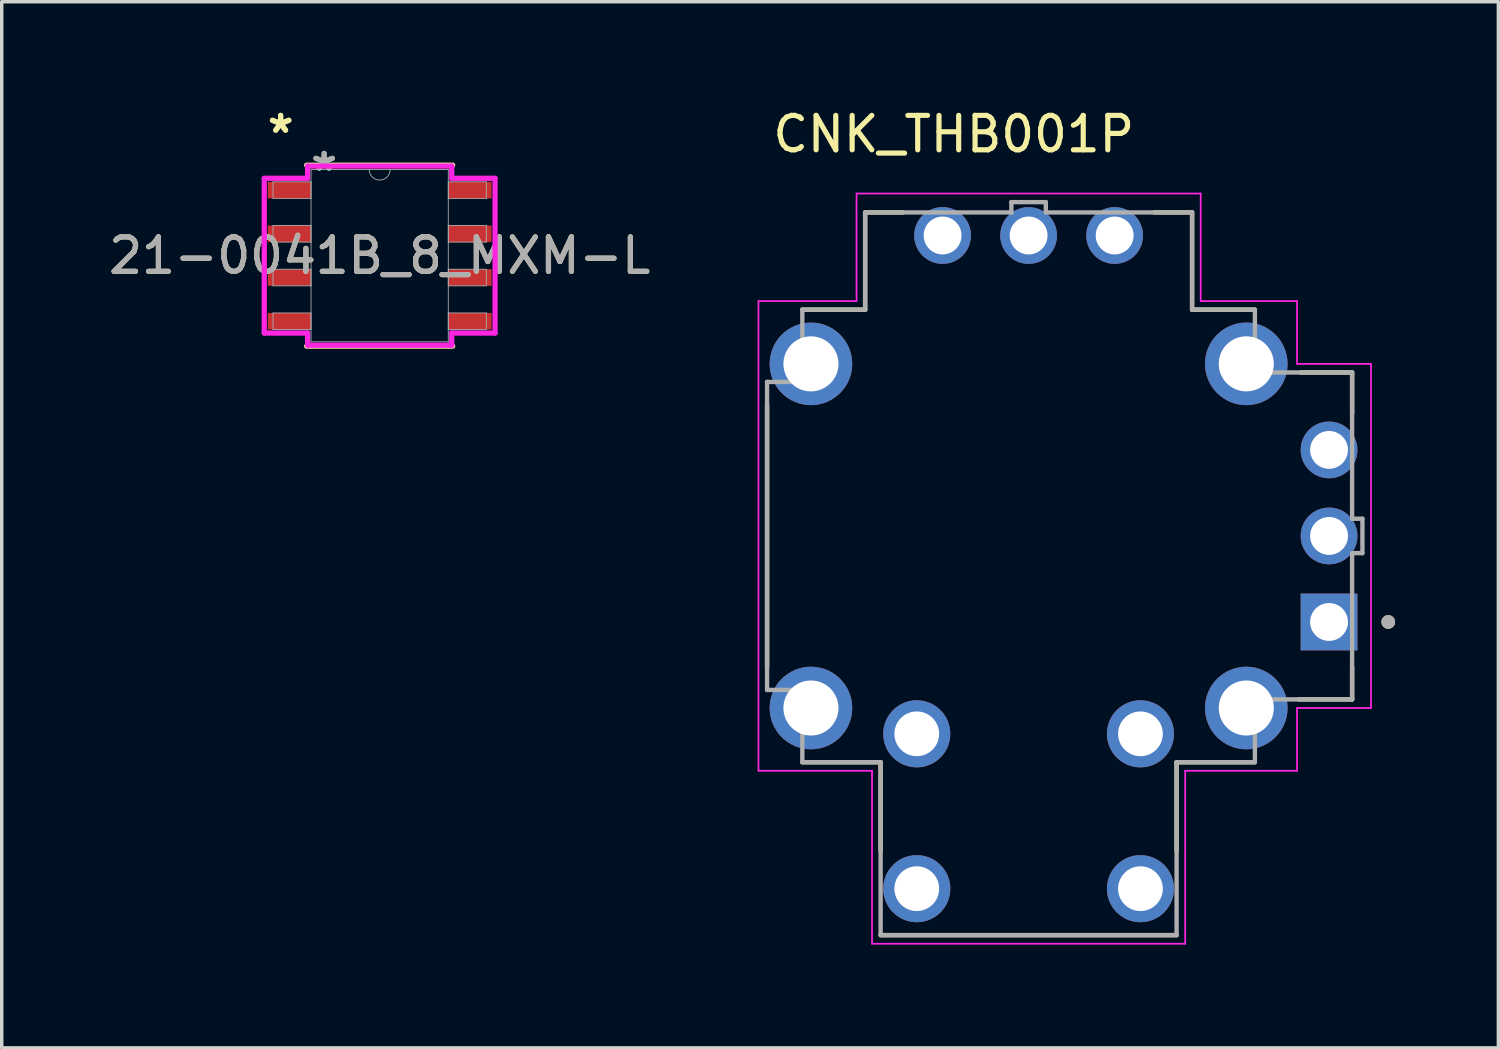
<source format=kicad_pcb>
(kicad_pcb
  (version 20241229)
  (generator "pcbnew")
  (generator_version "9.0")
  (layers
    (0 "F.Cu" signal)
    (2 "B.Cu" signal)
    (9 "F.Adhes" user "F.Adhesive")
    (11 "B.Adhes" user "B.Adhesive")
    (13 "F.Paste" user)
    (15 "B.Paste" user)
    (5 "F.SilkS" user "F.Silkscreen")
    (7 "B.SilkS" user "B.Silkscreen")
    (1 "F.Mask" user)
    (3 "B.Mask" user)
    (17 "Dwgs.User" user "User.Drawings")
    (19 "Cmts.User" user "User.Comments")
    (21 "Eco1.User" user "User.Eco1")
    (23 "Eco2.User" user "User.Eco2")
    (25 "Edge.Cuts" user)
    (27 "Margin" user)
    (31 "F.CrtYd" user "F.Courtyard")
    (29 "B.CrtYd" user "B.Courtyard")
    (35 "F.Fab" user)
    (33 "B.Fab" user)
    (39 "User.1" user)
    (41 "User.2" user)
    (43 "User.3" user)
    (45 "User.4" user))
  (footprint "21-0041B_8_MXM-L"
    (layer "F.Cu")
    (at 7.982 4.379)
    (property "Reference" "21-0041B_8_MXM-L" (at 0 0 0) (unlocked yes) (layer "F.SilkS") (effects (font (size 1 1) (thickness 0.15))))
    (attr smd)
    (fp_line (start -2.121 2.629) (end 2.121 2.629) (stroke (width 0.152) (type solid)) (layer "F.SilkS"))
    (fp_line (start 2.121 -2.629) (end -2.121 -2.629) (stroke (width 0.152) (type solid)) (layer "F.SilkS"))
    (fp_line (start -3.353 -2.248) (end -2.095 -2.248) (stroke (width 0.152) (type solid)) (layer "F.CrtYd"))
    (fp_line (start -3.353 2.248) (end -3.353 -2.248) (stroke (width 0.152) (type solid)) (layer "F.CrtYd"))
    (fp_line (start -3.353 2.248) (end -2.095 2.248) (stroke (width 0.152) (type solid)) (layer "F.CrtYd"))
    (fp_line (start -2.095 -2.603) (end 2.095 -2.603) (stroke (width 0.152) (type solid)) (layer "F.CrtYd"))
    (fp_line (start -2.095 -2.248) (end -2.095 -2.603) (stroke (width 0.152) (type solid)) (layer "F.CrtYd"))
    (fp_line (start -2.095 2.603) (end -2.095 2.248) (stroke (width 0.152) (type solid)) (layer "F.CrtYd"))
    (fp_line (start 2.095 -2.603) (end 2.095 -2.248) (stroke (width 0.152) (type solid)) (layer "F.CrtYd"))
    (fp_line (start 2.095 2.248) (end 2.095 2.603) (stroke (width 0.152) (type solid)) (layer "F.CrtYd"))
    (fp_line (start 2.095 2.603) (end -2.095 2.603) (stroke (width 0.152) (type solid)) (layer "F.CrtYd"))
    (fp_line (start 3.353 -2.248) (end 2.095 -2.248) (stroke (width 0.152) (type solid)) (layer "F.CrtYd"))
    (fp_line (start 3.353 -2.248) (end 3.353 2.248) (stroke (width 0.152) (type solid)) (layer "F.CrtYd"))
    (fp_line (start 3.353 2.248) (end 2.095 2.248) (stroke (width 0.152) (type solid)) (layer "F.CrtYd"))
    (fp_line (start -3.099 -2.146) (end -3.099 -1.664) (stroke (width 0.025) (type solid)) (layer "F.Fab"))
    (fp_line (start -3.099 -1.664) (end -1.994 -1.664) (stroke (width 0.025) (type solid)) (layer "F.Fab"))
    (fp_line (start -3.099 -0.876) (end -3.099 -0.394) (stroke (width 0.025) (type solid)) (layer "F.Fab"))
    (fp_line (start -3.099 -0.394) (end -1.994 -0.394) (stroke (width 0.025) (type solid)) (layer "F.Fab"))
    (fp_line (start -3.099 0.394) (end -3.099 0.876) (stroke (width 0.025) (type solid)) (layer "F.Fab"))
    (fp_line (start -3.099 0.876) (end -1.994 0.876) (stroke (width 0.025) (type solid)) (layer "F.Fab"))
    (fp_line (start -3.099 1.664) (end -3.099 2.146) (stroke (width 0.025) (type solid)) (layer "F.Fab"))
    (fp_line (start -3.099 2.146) (end -1.994 2.146) (stroke (width 0.025) (type solid)) (layer "F.Fab"))
    (fp_line (start -1.994 -2.502) (end -1.994 2.502) (stroke (width 0.025) (type solid)) (layer "F.Fab"))
    (fp_line (start -1.994 -2.146) (end -3.099 -2.146) (stroke (width 0.025) (type solid)) (layer "F.Fab"))
    (fp_line (start -1.994 -1.664) (end -1.994 -2.146) (stroke (width 0.025) (type solid)) (layer "F.Fab"))
    (fp_line (start -1.994 -0.876) (end -3.099 -0.876) (stroke (width 0.025) (type solid)) (layer "F.Fab"))
    (fp_line (start -1.994 -0.394) (end -1.994 -0.876) (stroke (width 0.025) (type solid)) (layer "F.Fab"))
    (fp_line (start -1.994 0.394) (end -3.099 0.394) (stroke (width 0.025) (type solid)) (layer "F.Fab"))
    (fp_line (start -1.994 0.876) (end -1.994 0.394) (stroke (width 0.025) (type solid)) (layer "F.Fab"))
    (fp_line (start -1.994 1.664) (end -3.099 1.664) (stroke (width 0.025) (type solid)) (layer "F.Fab"))
    (fp_line (start -1.994 2.146) (end -1.994 1.664) (stroke (width 0.025) (type solid)) (layer "F.Fab"))
    (fp_line (start -1.994 2.502) (end 1.994 2.502) (stroke (width 0.025) (type solid)) (layer "F.Fab"))
    (fp_line (start 1.994 -2.502) (end -1.994 -2.502) (stroke (width 0.025) (type solid)) (layer "F.Fab"))
    (fp_line (start 1.994 -2.146) (end 1.994 -1.664) (stroke (width 0.025) (type solid)) (layer "F.Fab"))
    (fp_line (start 1.994 -1.664) (end 3.099 -1.664) (stroke (width 0.025) (type solid)) (layer "F.Fab"))
    (fp_line (start 1.994 -0.876) (end 1.994 -0.394) (stroke (width 0.025) (type solid)) (layer "F.Fab"))
    (fp_line (start 1.994 -0.394) (end 3.099 -0.394) (stroke (width 0.025) (type solid)) (layer "F.Fab"))
    (fp_line (start 1.994 0.394) (end 1.994 0.876) (stroke (width 0.025) (type solid)) (layer "F.Fab"))
    (fp_line (start 1.994 0.876) (end 3.099 0.876) (stroke (width 0.025) (type solid)) (layer "F.Fab"))
    (fp_line (start 1.994 1.664) (end 1.994 2.146) (stroke (width 0.025) (type solid)) (layer "F.Fab"))
    (fp_line (start 1.994 2.146) (end 3.099 2.146) (stroke (width 0.025) (type solid)) (layer "F.Fab"))
    (fp_line (start 1.994 2.502) (end 1.994 -2.502) (stroke (width 0.025) (type solid)) (layer "F.Fab"))
    (fp_line (start 3.099 -2.146) (end 1.994 -2.146) (stroke (width 0.025) (type solid)) (layer "F.Fab"))
    (fp_line (start 3.099 -1.664) (end 3.099 -2.146) (stroke (width 0.025) (type solid)) (layer "F.Fab"))
    (fp_line (start 3.099 -0.876) (end 1.994 -0.876) (stroke (width 0.025) (type solid)) (layer "F.Fab"))
    (fp_line (start 3.099 -0.394) (end 3.099 -0.876) (stroke (width 0.025) (type solid)) (layer "F.Fab"))
    (fp_line (start 3.099 0.394) (end 1.994 0.394) (stroke (width 0.025) (type solid)) (layer "F.Fab"))
    (fp_line (start 3.099 0.876) (end 3.099 0.394) (stroke (width 0.025) (type solid)) (layer "F.Fab"))
    (fp_line (start 3.099 1.664) (end 1.994 1.664) (stroke (width 0.025) (type solid)) (layer "F.Fab"))
    (fp_line (start 3.099 2.146) (end 3.099 1.664) (stroke (width 0.025) (type solid)) (layer "F.Fab"))
    (fp_arc (start 0.3048 -2.5019) (mid 0 -2.1971) (end -0.3048 -2.5019) (stroke (width 0.0254) (type solid)) (layer "F.Fab"))
    (fp_text user "*" (at -2.877 -3.531 0) (layer "F.SilkS") (effects (font (size 1 1) (thickness 0.15))))
    (fp_text user "*" (at -2.877 -3.531 0) (unlocked yes) (layer "F.SilkS") (effects (font (size 1 1) (thickness 0.15))))
    (fp_text user "${REFERENCE}" (at 0 0 0) (unlocked yes) (layer "F.Fab") (effects (font (size 1 1) (thickness 0.15))))
    (fp_text user "*" (at -1.613 -2.426 0) (unlocked yes) (layer "F.Fab") (effects (font (size 1 1) (thickness 0.15))))
    (fp_text user "*" (at -1.613 -2.426 0) (layer "F.Fab") (effects (font (size 1 1) (thickness 0.15))))
    (pad "1" smd rect (at -2.623 -1.905) (size 1.257 0.483) (layers "F.Cu" "F.Mask" "F.Paste"))
    (pad "2" smd rect (at -2.623 -0.635) (size 1.257 0.483) (layers "F.Cu" "F.Mask" "F.Paste"))
    (pad "3" smd rect (at -2.623 0.635) (size 1.257 0.483) (layers "F.Cu" "F.Mask" "F.Paste"))
    (pad "4" smd rect (at -2.623 1.905) (size 1.257 0.483) (layers "F.Cu" "F.Mask" "F.Paste"))
    (pad "5" smd rect (at 2.623 1.905) (size 1.257 0.483) (layers "F.Cu" "F.Mask" "F.Paste"))
    (pad "6" smd rect (at 2.623 0.635) (size 1.257 0.483) (layers "F.Cu" "F.Mask" "F.Paste"))
    (pad "7" smd rect (at 2.623 -0.635) (size 1.257 0.483) (layers "F.Cu" "F.Mask" "F.Paste"))
    (pad "8" smd rect (at 2.623 -1.905) (size 1.257 0.483) (layers "F.Cu" "F.Mask" "F.Paste")))
  (footprint "CNK_THB001P"
    (layer "F.Cu")
    (at 26.839 12.523)
    (property "Reference" "CNK_THB001P" (at -2.175 -11.675 0) (layer "F.SilkS") (effects (font (size 1 1) (thickness 0.15))))
    (attr through_hole)
    (fp_line (start -7.6 -3.81) (end -7.6 3.81) (stroke (width 0.127) (type solid)) (layer "F.SilkS"))
    (fp_line (start -6.575 6.575) (end -4.3 6.575) (stroke (width 0.127) (type solid)) (layer "F.SilkS"))
    (fp_line (start -4.75 -9.4) (end -4.75 -6.575) (stroke (width 0.127) (type solid)) (layer "F.SilkS"))
    (fp_line (start -4.75 -6.575) (end -6.575 -6.575) (stroke (width 0.127) (type solid)) (layer "F.SilkS"))
    (fp_line (start -4.3 6.575) (end -4.3 9.15) (stroke (width 0.127) (type solid)) (layer "F.SilkS"))
    (fp_line (start -4.3 11.6) (end 4.3 11.6) (stroke (width 0.127) (type solid)) (layer "F.SilkS"))
    (fp_line (start -3.65 -9.4) (end -4.75 -9.4) (stroke (width 0.127) (type solid)) (layer "F.SilkS"))
    (fp_line (start 3.65 -9.4) (end 4.75 -9.4) (stroke (width 0.127) (type solid)) (layer "F.SilkS"))
    (fp_line (start 4.3 6.575) (end 6.55 6.575) (stroke (width 0.127) (type solid)) (layer "F.SilkS"))
    (fp_line (start 4.3 9.15) (end 4.3 6.575) (stroke (width 0.127) (type solid)) (layer "F.SilkS"))
    (fp_line (start 4.75 -9.4) (end 4.75 -6.575) (stroke (width 0.127) (type solid)) (layer "F.SilkS"))
    (fp_line (start 4.75 -6.575) (end 6.575 -6.575) (stroke (width 0.127) (type solid)) (layer "F.SilkS"))
    (fp_line (start 7.9 -4.75) (end 9.4 -4.75) (stroke (width 0.127) (type solid)) (layer "F.SilkS"))
    (fp_line (start 9.4 -4.75) (end 9.4 -3.55) (stroke (width 0.127) (type solid)) (layer "F.SilkS"))
    (fp_line (start 9.4 3.8) (end 9.4 4.75) (stroke (width 0.127) (type solid)) (layer "F.SilkS"))
    (fp_line (start 9.4 4.75) (end 7.85 4.75) (stroke (width 0.127) (type solid)) (layer "F.SilkS"))
    (fp_circle (center 10.45 2.5) (end 10.55 2.5) (stroke (width 0.2) (type solid)) (fill no) (layer "F.SilkS"))
    (fp_line (start -7.85 -6.825) (end -5 -6.825) (stroke (width 0.05) (type solid)) (layer "F.CrtYd"))
    (fp_line (start -7.85 6.825) (end -7.85 -6.825) (stroke (width 0.05) (type solid)) (layer "F.CrtYd"))
    (fp_line (start -5 -9.95) (end 5 -9.95) (stroke (width 0.05) (type solid)) (layer "F.CrtYd"))
    (fp_line (start -5 -6.825) (end -5 -9.95) (stroke (width 0.05) (type solid)) (layer "F.CrtYd"))
    (fp_line (start -4.55 6.825) (end -7.85 6.825) (stroke (width 0.05) (type solid)) (layer "F.CrtYd"))
    (fp_line (start -4.55 11.85) (end -4.55 6.825) (stroke (width 0.05) (type solid)) (layer "F.CrtYd"))
    (fp_line (start 4.55 6.825) (end 4.55 11.85) (stroke (width 0.05) (type solid)) (layer "F.CrtYd"))
    (fp_line (start 4.55 11.85) (end -4.55 11.85) (stroke (width 0.05) (type solid)) (layer "F.CrtYd"))
    (fp_line (start 5 -9.95) (end 5 -6.825) (stroke (width 0.05) (type solid)) (layer "F.CrtYd"))
    (fp_line (start 5 -6.825) (end 7.8 -6.825) (stroke (width 0.05) (type solid)) (layer "F.CrtYd"))
    (fp_line (start 7.8 -6.825) (end 7.8 -5) (stroke (width 0.05) (type solid)) (layer "F.CrtYd"))
    (fp_line (start 7.8 -5) (end 9.95 -5) (stroke (width 0.05) (type solid)) (layer "F.CrtYd"))
    (fp_line (start 7.8 5) (end 7.8 6.825) (stroke (width 0.05) (type solid)) (layer "F.CrtYd"))
    (fp_line (start 7.8 6.825) (end 4.55 6.825) (stroke (width 0.05) (type solid)) (layer "F.CrtYd"))
    (fp_line (start 9.95 -5) (end 9.95 5) (stroke (width 0.05) (type solid)) (layer "F.CrtYd"))
    (fp_line (start 9.95 5) (end 7.8 5) (stroke (width 0.05) (type solid)) (layer "F.CrtYd"))
    (fp_line (start -7.6 -4.475) (end -6.575 -4.475) (stroke (width 0.127) (type solid)) (layer "F.Fab"))
    (fp_line (start -7.6 4.475) (end -7.6 -4.475) (stroke (width 0.127) (type solid)) (layer "F.Fab"))
    (fp_line (start -6.575 -6.575) (end -4.75 -6.575) (stroke (width 0.127) (type solid)) (layer "F.Fab"))
    (fp_line (start -6.575 -4.475) (end -6.575 -6.575) (stroke (width 0.127) (type solid)) (layer "F.Fab"))
    (fp_line (start -6.575 4.475) (end -7.6 4.475) (stroke (width 0.127) (type solid)) (layer "F.Fab"))
    (fp_line (start -6.575 6.575) (end -6.575 4.475) (stroke (width 0.127) (type solid)) (layer "F.Fab"))
    (fp_line (start -4.75 -9.4) (end -0.5 -9.4) (stroke (width 0.127) (type solid)) (layer "F.Fab"))
    (fp_line (start -4.75 -6.575) (end -4.75 -9.4) (stroke (width 0.127) (type solid)) (layer "F.Fab"))
    (fp_line (start -4.3 6.575) (end -6.575 6.575) (stroke (width 0.127) (type solid)) (layer "F.Fab"))
    (fp_line (start -4.3 11.6) (end -4.3 6.575) (stroke (width 0.127) (type solid)) (layer "F.Fab"))
    (fp_line (start -0.5 -9.7) (end 0.5 -9.7) (stroke (width 0.127) (type solid)) (layer "F.Fab"))
    (fp_line (start -0.5 -9.4) (end -0.5 -9.7) (stroke (width 0.127) (type solid)) (layer "F.Fab"))
    (fp_line (start 0.5 -9.7) (end 0.5 -9.4) (stroke (width 0.127) (type solid)) (layer "F.Fab"))
    (fp_line (start 0.5 -9.4) (end 4.75 -9.4) (stroke (width 0.127) (type solid)) (layer "F.Fab"))
    (fp_line (start 4.3 6.575) (end 4.3 11.6) (stroke (width 0.127) (type solid)) (layer "F.Fab"))
    (fp_line (start 4.3 11.6) (end -4.3 11.6) (stroke (width 0.127) (type solid)) (layer "F.Fab"))
    (fp_line (start 4.75 -9.4) (end 4.75 -6.575) (stroke (width 0.127) (type solid)) (layer "F.Fab"))
    (fp_line (start 4.75 -6.575) (end 6.575 -6.575) (stroke (width 0.127) (type solid)) (layer "F.Fab"))
    (fp_line (start 6.575 -6.575) (end 6.575 -4.75) (stroke (width 0.127) (type solid)) (layer "F.Fab"))
    (fp_line (start 6.575 -4.75) (end 9.4 -4.75) (stroke (width 0.127) (type solid)) (layer "F.Fab"))
    (fp_line (start 6.575 4.75) (end 6.575 6.575) (stroke (width 0.127) (type solid)) (layer "F.Fab"))
    (fp_line (start 6.575 6.575) (end 4.3 6.575) (stroke (width 0.127) (type solid)) (layer "F.Fab"))
    (fp_line (start 9.4 -4.75) (end 9.4 -0.5) (stroke (width 0.127) (type solid)) (layer "F.Fab"))
    (fp_line (start 9.4 -0.5) (end 9.7 -0.5) (stroke (width 0.127) (type solid)) (layer "F.Fab"))
    (fp_line (start 9.4 0.5) (end 9.4 4.75) (stroke (width 0.127) (type solid)) (layer "F.Fab"))
    (fp_line (start 9.4 4.75) (end 6.575 4.75) (stroke (width 0.127) (type solid)) (layer "F.Fab"))
    (fp_line (start 9.7 -0.5) (end 9.7 0.5) (stroke (width 0.127) (type solid)) (layer "F.Fab"))
    (fp_line (start 9.7 0.5) (end 9.4 0.5) (stroke (width 0.127) (type solid)) (layer "F.Fab"))
    (fp_circle (center 10.45 2.5) (end 10.55 2.5) (stroke (width 0.2) (type solid)) (fill no) (layer "F.Fab"))
    (pad "A" thru_hole circle (at -3.25 5.75) (size 1.95 1.95) (drill 1.3) (layers "*.Cu" "*.Mask"))
    (pad "B" thru_hole circle (at 3.25 5.75) (size 1.95 1.95) (drill 1.3) (layers "*.Cu" "*.Mask"))
    (pad "C" thru_hole circle (at -3.25 10.25) (size 1.95 1.95) (drill 1.3) (layers "*.Cu" "*.Mask"))
    (pad "D" thru_hole circle (at 3.25 10.25) (size 1.95 1.95) (drill 1.3) (layers "*.Cu" "*.Mask"))
    (pad "S1" thru_hole circle (at 6.325 -5) (size 2.4 2.4) (drill 1.6) (layers "*.Cu" "*.Mask"))
    (pad "S2" thru_hole circle (at -6.325 -5) (size 2.4 2.4) (drill 1.6) (layers "*.Cu" "*.Mask"))
    (pad "S3" thru_hole circle (at -6.325 5) (size 2.4 2.4) (drill 1.6) (layers "*.Cu" "*.Mask"))
    (pad "S4" thru_hole circle (at 6.325 5) (size 2.4 2.4) (drill 1.6) (layers "*.Cu" "*.Mask"))
    (pad "VR1_1" thru_hole rect (at 8.73 2.5) (size 1.65 1.65) (drill 1.1) (layers "*.Cu" "*.Mask"))
    (pad "VR1_2" thru_hole circle (at 8.73 0) (size 1.65 1.65) (drill 1.1) (layers "*.Cu" "*.Mask"))
    (pad "VR1_3" thru_hole circle (at 8.73 -2.5) (size 1.65 1.65) (drill 1.1) (layers "*.Cu" "*.Mask"))
    (pad "VR2_1" thru_hole circle (at 2.5 -8.73) (size 1.65 1.65) (drill 1.1) (layers "*.Cu" "*.Mask"))
    (pad "VR2_2" thru_hole circle (at 0 -8.73) (size 1.65 1.65) (drill 1.1) (layers "*.Cu" "*.Mask"))
    (pad "VR2_3" thru_hole circle (at -2.5 -8.73) (size 1.65 1.65) (drill 1.1) (layers "*.Cu" "*.Mask")))
  (gr_rect
    (start -3 -3)
    (end 40.489 27.398)
    (stroke (width 0.1) (type default))
    (fill no)
    (layer "Edge.Cuts")))
</source>
